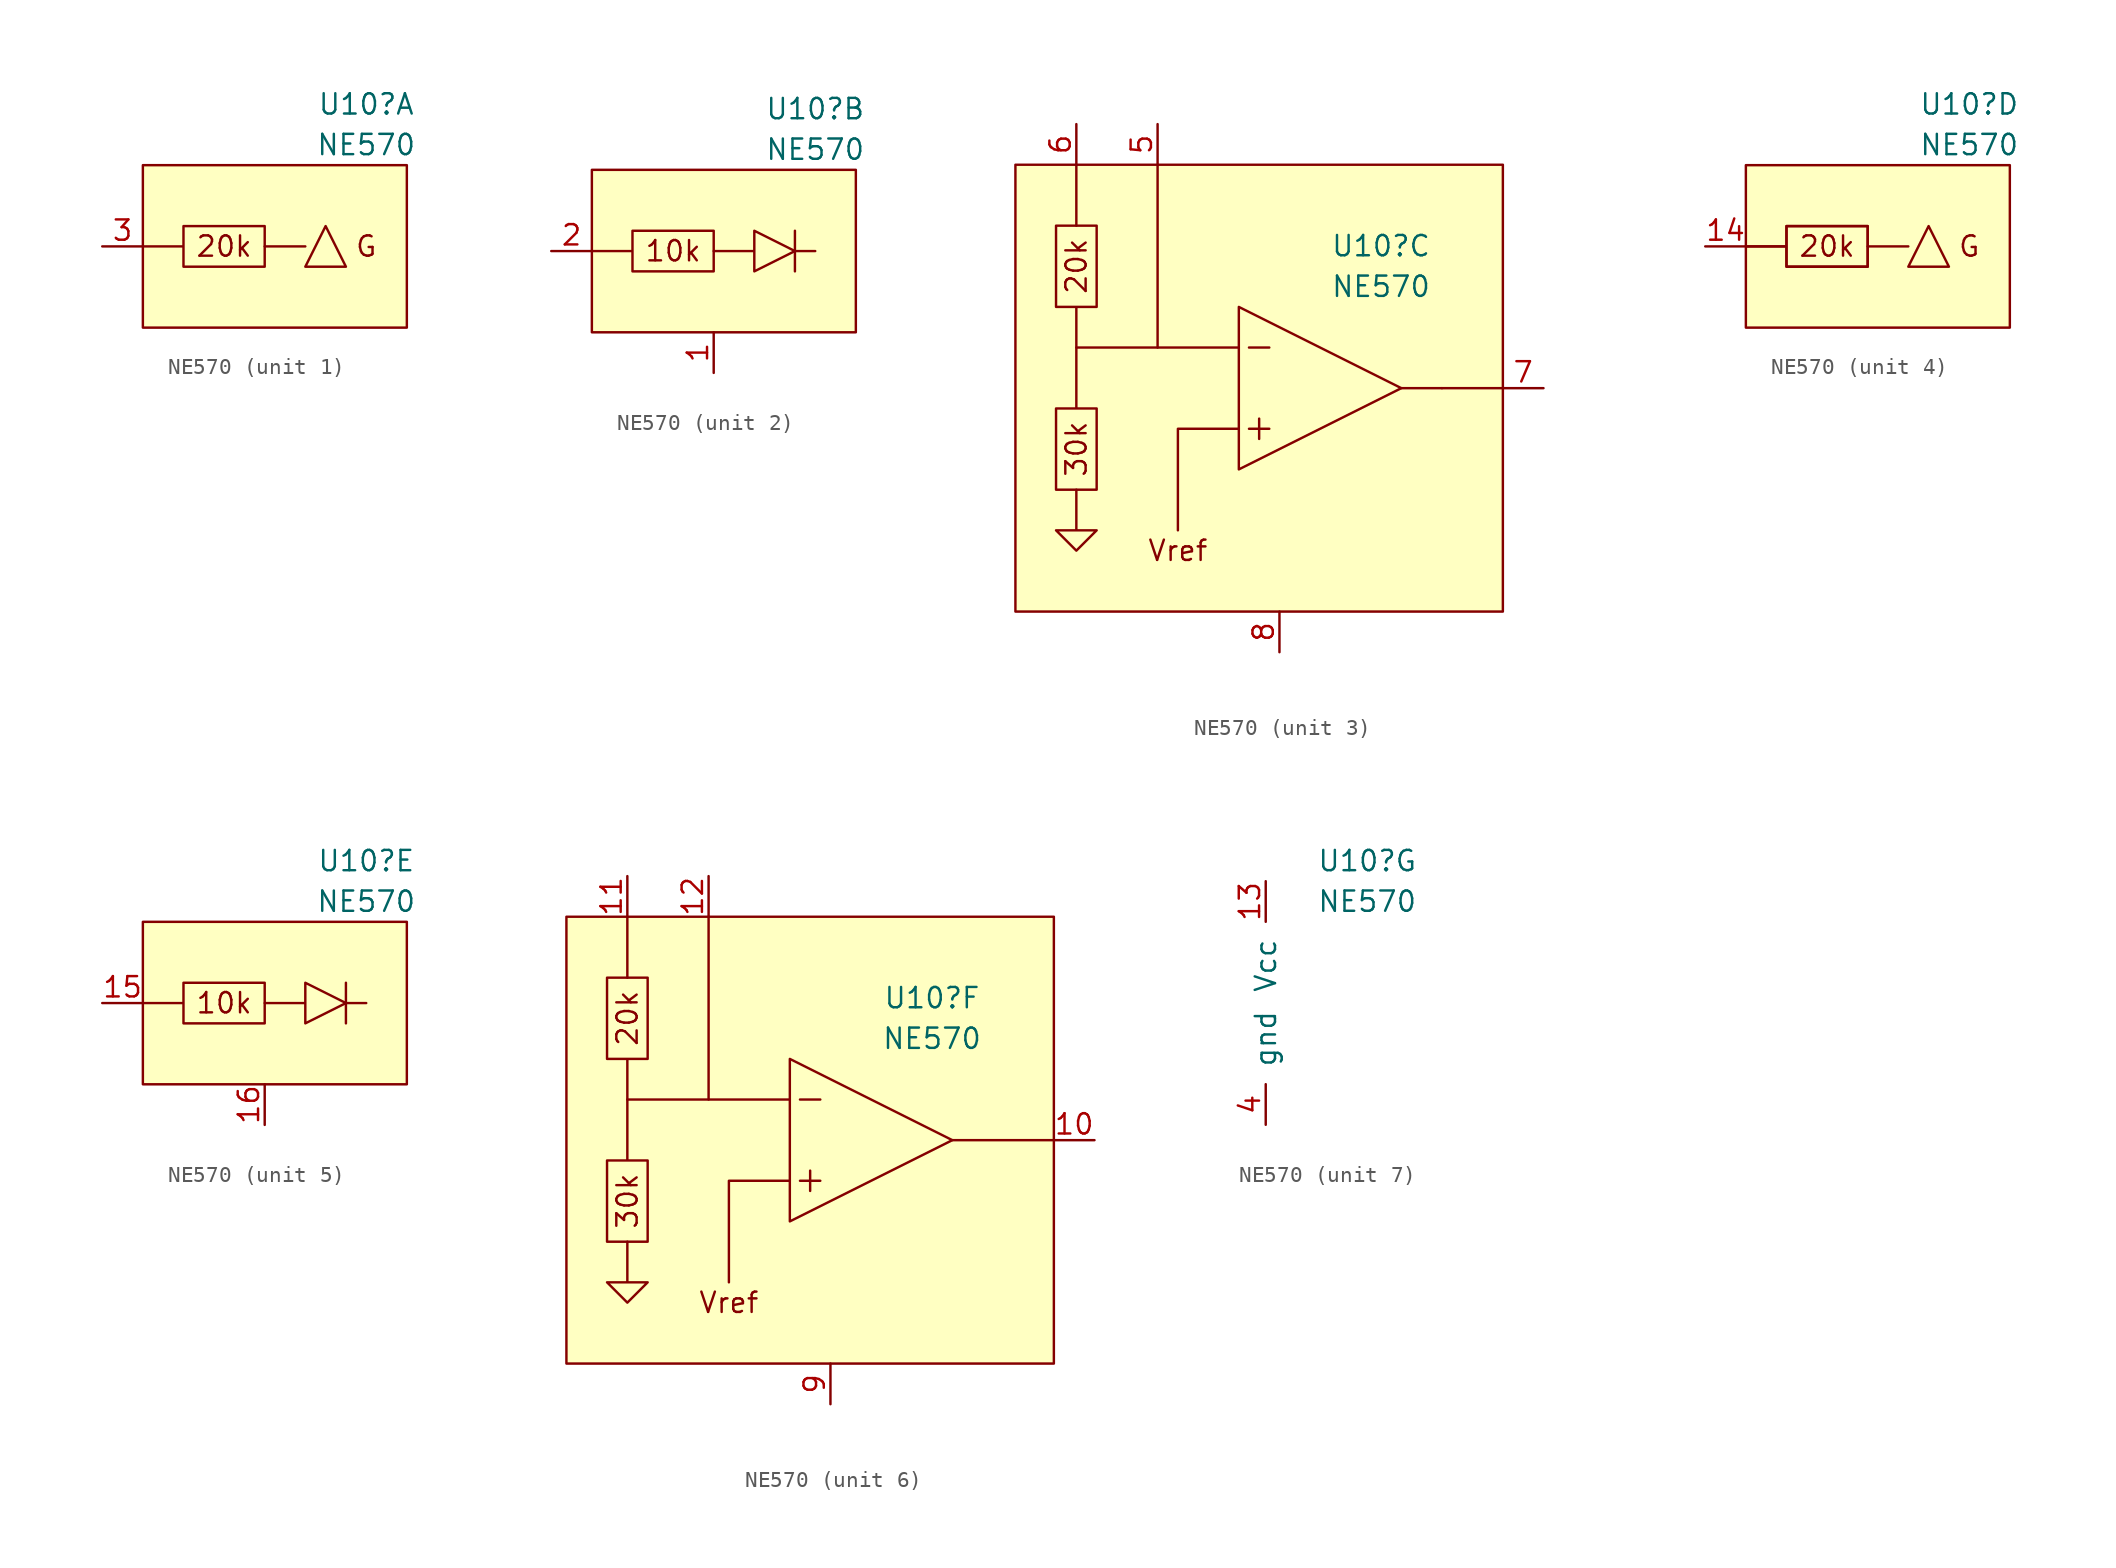
<source format=kicad_sym>
(kicad_symbol_lib
  (version 20211014)
  (generator kicad_symbol_editor)
  (symbol "NE570"
    (pin_names
      (offset 1.016))
    (property "Reference" "U10"
      (at 6.35 8.89 0)
      (effects (font (size 1.27 1.27))))
    (property "Value" "NE570"
      (at 6.35 6.35 0)
      (effects (font (size 1.27 1.27))))
    (property "ki_locked" ""
      (at 0 0 0)
      (effects (font (size 1.27 1.27))))
    (symbol "NE570_1_0"
      (polyline (pts (xy 0 0) (xy 2.54 0)) (stroke (width 0) (type default) (color 0 0 0 0)) (fill (type none)))
      (text "20k" (at -2.54 0 0) (effects (font (size 1.27 1.27)))))
    (symbol "NE570_1_1"
      (rectangle (start -7.62 5.08) (end 8.89 -5.08) (stroke (width 0) (type default) (color 0 0 0 0)) (fill (type background)))
      (polyline (pts (xy 2.54 -1.27) (xy 3.81 1.27) (xy 5.08 -1.27) (xy 2.54 -1.27)) (stroke (width 0) (type default) (color 0 0 0 0)) (fill (type none)))
      (polyline (pts (xy -7.62 0) (xy -5.08 0) (xy -5.08 1.27) (xy 0 1.27) (xy 0 -1.27) (xy -5.08 -1.27) (xy -5.08 0)) (stroke (width 0) (type default) (color 0 0 0 0)) (fill (type none)))
      (text "G" (at 6.35 0 0) (effects (font (size 1.27 1.27))))
      (pin input line (at -10.16 0 0) (length 2.54) (name "~" (effects (font (size 1.27 1.27)))) (number "3" (effects (font (size 1.27 1.27))))))
    (symbol "NE570_2_1"
      (rectangle (start -7.62 5.08) (end 8.89 -5.08) (stroke (width 0) (type default) (color 0 0 0 0)) (fill (type background)))
      (polyline (pts (xy 5.08 0) (xy 6.35 0)) (stroke (width 0) (type default) (color 0 0 0 0)) (fill (type none)))
      (polyline (pts (xy 5.08 1.27) (xy 5.08 -1.27)) (stroke (width 0) (type default) (color 0 0 0 0)) (fill (type none)))
      (polyline (pts (xy 0 0) (xy 2.54 0) (xy 2.54 1.27) (xy 5.08 0) (xy 2.54 -1.27) (xy 2.54 0) (xy 2.54 -1.27)) (stroke (width 0) (type default) (color 0 0 0 0)) (fill (type none)))
      (polyline (pts (xy -7.62 0) (xy -5.08 0) (xy -5.08 1.27) (xy -1.27 1.27) (xy 0 1.27) (xy 0 -1.27) (xy -5.08 -1.27) (xy -5.08 0)) (stroke (width 0) (type default) (color 0 0 0 0)) (fill (type none)))
      (text "10k" (at -2.54 0 0) (effects (font (size 1.27 1.27))))
      (pin input line (at 0 -7.62 90) (length 2.54) (name "~" (effects (font (size 1.27 1.27)))) (number "1" (effects (font (size 1.27 1.27)))))
      (pin input line (at -10.16 0 0) (length 2.54) (name "~" (effects (font (size 1.27 1.27)))) (number "2" (effects (font (size 1.27 1.27))))))
    (symbol "NE570_3_1"
      (rectangle (start -16.51 -13.97) (end 13.97 13.97) (stroke (width 0) (type default) (color 0 0 0 0)) (fill (type background)))
      (polyline (pts (xy -12.7 10.16) (xy -12.7 13.97)) (stroke (width 0) (type default) (color 0 0 0 0)) (fill (type none)))
      (polyline (pts (xy -7.62 2.54) (xy -7.62 13.97)) (stroke (width 0) (type default) (color 0 0 0 0)) (fill (type none)))
      (polyline (pts (xy -1.905 -2.54) (xy -0.635 -2.54)) (stroke (width 0) (type default) (color 0 0 0 0)) (fill (type none)))
      (polyline (pts (xy -1.905 2.54) (xy -0.635 2.54)) (stroke (width 0) (type default) (color 0 0 0 0)) (fill (type none)))
      (polyline (pts (xy -1.27 -3.175) (xy -1.27 -1.905)) (stroke (width 0) (type default) (color 0 0 0 0)) (fill (type none)))
      (polyline (pts (xy 7.62 0) (xy 10.16 0)) (stroke (width 0) (type default) (color 0 0 0 0)) (fill (type none)))
      (polyline (pts (xy 10.16 0) (xy 13.97 0)) (stroke (width 0) (type default) (color 0 0 0 0)) (fill (type none)))
      (polyline (pts (xy -2.54 -2.54) (xy -6.35 -2.54) (xy -6.35 -8.89)) (stroke (width 0) (type default) (color 0 0 0 0)) (fill (type none)))
      (polyline (pts (xy -2.54 5.08) (xy -2.54 -5.08) (xy 7.62 0) (xy -2.54 5.08)) (stroke (width 0) (type default) (color 0 0 0 0)) (fill (type none)))
      (polyline (pts (xy -12.7 -6.35) (xy -12.7 -8.89) (xy -13.97 -8.89) (xy -12.7 -10.16) (xy -11.43 -8.89) (xy -12.7 -8.89)) (stroke (width 0) (type default) (color 0 0 0 0)) (fill (type none)))
      (polyline (pts (xy -12.7 2.54) (xy -12.7 5.08) (xy -13.97 5.08) (xy -13.97 10.16) (xy -11.43 10.16) (xy -11.43 5.08) (xy -12.7 5.08)) (stroke (width 0) (type default) (color 0 0 0 0)) (fill (type none)))
      (polyline (pts (xy -2.54 2.54) (xy -12.7 2.54) (xy -12.7 -1.27) (xy -13.97 -1.27) (xy -13.97 -6.35) (xy -11.43 -6.35) (xy -11.43 -1.27) (xy -12.7 -1.27)) (stroke (width 0) (type default) (color 0 0 0 0)) (fill (type none)))
      (text "20k" (at -12.7 7.62 900) (effects (font (size 1.27 1.27))))
      (text "30k" (at -12.7 -3.81 900) (effects (font (size 1.27 1.27))))
      (text "Vref" (at -6.35 -10.16 0) (effects (font (size 1.27 1.27))))
      (pin input line (at -7.62 16.51 270) (length 2.54) (name "~" (effects (font (size 1.27 1.27)))) (number "5" (effects (font (size 1.27 1.27)))))
      (pin input line (at -12.7 16.51 270) (length 2.54) (name "~" (effects (font (size 1.27 1.27)))) (number "6" (effects (font (size 1.27 1.27)))))
      (pin output line (at 16.51 0 180) (length 2.54) (name "~" (effects (font (size 1.27 1.27)))) (number "7" (effects (font (size 1.27 1.27)))))
      (pin input line (at 0 -16.51 90) (length 2.54) (name "~" (effects (font (size 1.27 1.27)))) (number "8" (effects (font (size 1.27 1.27))))))
    (symbol "NE570_4_0"
      (polyline (pts (xy -7.62 0) (xy -5.08 0) (xy -5.08 1.27) (xy 0 1.27) (xy 0 -1.27) (xy -5.08 -1.27) (xy -5.08 0)) (stroke (width 0) (type default) (color 0 0 0 0)) (fill (type none))))
    (symbol "NE570_4_1"
      (rectangle (start -7.62 5.08) (end 8.89 -5.08) (stroke (width 0) (type default) (color 0 0 0 0)) (fill (type background)))
      (polyline (pts (xy 0 0) (xy 2.54 0)) (stroke (width 0) (type default) (color 0 0 0 0)) (fill (type none)))
      (polyline (pts (xy 2.54 -1.27) (xy 3.81 1.27) (xy 5.08 -1.27) (xy 2.54 -1.27)) (stroke (width 0) (type default) (color 0 0 0 0)) (fill (type none)))
      (polyline (pts (xy -7.62 0) (xy -5.08 0) (xy -5.08 1.27) (xy 0 1.27) (xy 0 -1.27) (xy -5.08 -1.27) (xy -5.08 0)) (stroke (width 0) (type default) (color 0 0 0 0)) (fill (type none)))
      (text "20k" (at -2.54 0 0) (effects (font (size 1.27 1.27))))
      (text "G" (at 6.35 0 0) (effects (font (size 1.27 1.27))))
      (pin input line (at -10.16 0 0) (length 2.54) (name "~" (effects (font (size 1.27 1.27)))) (number "14" (effects (font (size 1.27 1.27))))))
    (symbol "NE570_5_1"
      (rectangle (start -7.62 5.08) (end 8.89 -5.08) (stroke (width 0) (type default) (color 0 0 0 0)) (fill (type background)))
      (polyline (pts (xy 5.08 0) (xy 6.35 0)) (stroke (width 0) (type default) (color 0 0 0 0)) (fill (type none)))
      (polyline (pts (xy 5.08 1.27) (xy 5.08 -1.27)) (stroke (width 0) (type default) (color 0 0 0 0)) (fill (type none)))
      (polyline (pts (xy 0 0) (xy 2.54 0) (xy 2.54 1.27) (xy 5.08 0) (xy 2.54 -1.27) (xy 2.54 0) (xy 2.54 -1.27)) (stroke (width 0) (type default) (color 0 0 0 0)) (fill (type none)))
      (polyline (pts (xy -7.62 0) (xy -5.08 0) (xy -5.08 1.27) (xy -1.27 1.27) (xy 0 1.27) (xy 0 -1.27) (xy -5.08 -1.27) (xy -5.08 0)) (stroke (width 0) (type default) (color 0 0 0 0)) (fill (type none)))
      (text "10k" (at -2.54 0 0) (effects (font (size 1.27 1.27))))
      (pin input line (at -10.16 0 0) (length 2.54) (name "~" (effects (font (size 1.27 1.27)))) (number "15" (effects (font (size 1.27 1.27)))))
      (pin input line (at 0 -7.62 90) (length 2.54) (name "~" (effects (font (size 1.27 1.27)))) (number "16" (effects (font (size 1.27 1.27))))))
    (symbol "NE570_6_1"
      (rectangle (start -16.51 -13.97) (end 13.97 13.97) (stroke (width 0) (type default) (color 0 0 0 0)) (fill (type background)))
      (polyline (pts (xy -12.7 10.16) (xy -12.7 13.97)) (stroke (width 0) (type default) (color 0 0 0 0)) (fill (type none)))
      (polyline (pts (xy -7.62 2.54) (xy -7.62 13.97)) (stroke (width 0) (type default) (color 0 0 0 0)) (fill (type none)))
      (polyline (pts (xy -1.905 -2.54) (xy -0.635 -2.54)) (stroke (width 0) (type default) (color 0 0 0 0)) (fill (type none)))
      (polyline (pts (xy -1.905 2.54) (xy -0.635 2.54)) (stroke (width 0) (type default) (color 0 0 0 0)) (fill (type none)))
      (polyline (pts (xy -1.27 -3.175) (xy -1.27 -1.905)) (stroke (width 0) (type default) (color 0 0 0 0)) (fill (type none)))
      (polyline (pts (xy 7.62 0) (xy 13.97 0)) (stroke (width 0) (type default) (color 0 0 0 0)) (fill (type none)))
      (polyline (pts (xy -2.54 -2.54) (xy -6.35 -2.54) (xy -6.35 -8.89)) (stroke (width 0) (type default) (color 0 0 0 0)) (fill (type none)))
      (polyline (pts (xy -2.54 5.08) (xy -2.54 -5.08) (xy 7.62 0) (xy -2.54 5.08)) (stroke (width 0) (type default) (color 0 0 0 0)) (fill (type none)))
      (polyline (pts (xy -12.7 -6.35) (xy -12.7 -8.89) (xy -13.97 -8.89) (xy -12.7 -10.16) (xy -11.43 -8.89) (xy -12.7 -8.89)) (stroke (width 0) (type default) (color 0 0 0 0)) (fill (type none)))
      (polyline (pts (xy -12.7 2.54) (xy -12.7 5.08) (xy -13.97 5.08) (xy -13.97 10.16) (xy -11.43 10.16) (xy -11.43 5.08) (xy -12.7 5.08)) (stroke (width 0) (type default) (color 0 0 0 0)) (fill (type none)))
      (polyline (pts (xy -2.54 2.54) (xy -12.7 2.54) (xy -12.7 -1.27) (xy -13.97 -1.27) (xy -13.97 -6.35) (xy -11.43 -6.35) (xy -11.43 -1.27) (xy -12.7 -1.27)) (stroke (width 0) (type default) (color 0 0 0 0)) (fill (type none)))
      (text "20k" (at -12.7 7.62 900) (effects (font (size 1.27 1.27))))
      (text "30k" (at -12.7 -3.81 900) (effects (font (size 1.27 1.27))))
      (text "Vref" (at -6.35 -10.16 0) (effects (font (size 1.27 1.27))))
      (pin output line (at 16.51 0 180) (length 2.54) (name "~" (effects (font (size 1.27 1.27)))) (number "10" (effects (font (size 1.27 1.27)))))
      (pin input line (at -12.7 16.51 270) (length 2.54) (name "~" (effects (font (size 1.27 1.27)))) (number "11" (effects (font (size 1.27 1.27)))))
      (pin input line (at -7.62 16.51 270) (length 2.54) (name "~" (effects (font (size 1.27 1.27)))) (number "12" (effects (font (size 1.27 1.27)))))
      (pin input line (at 0 -16.51 90) (length 2.54) (name "~" (effects (font (size 1.27 1.27)))) (number "9" (effects (font (size 1.27 1.27))))))
    (symbol "NE570_7_1"
      (pin power_in line (at 0 7.62 270) (length 2.54) (name "Vcc" (effects (font (size 1.27 1.27)))) (number "13" (effects (font (size 1.27 1.27)))))
      (pin power_in line (at 0 -7.62 90) (length 2.54) (name "gnd" (effects (font (size 1.27 1.27)))) (number "4" (effects (font (size 1.27 1.27))))))))
</source>
